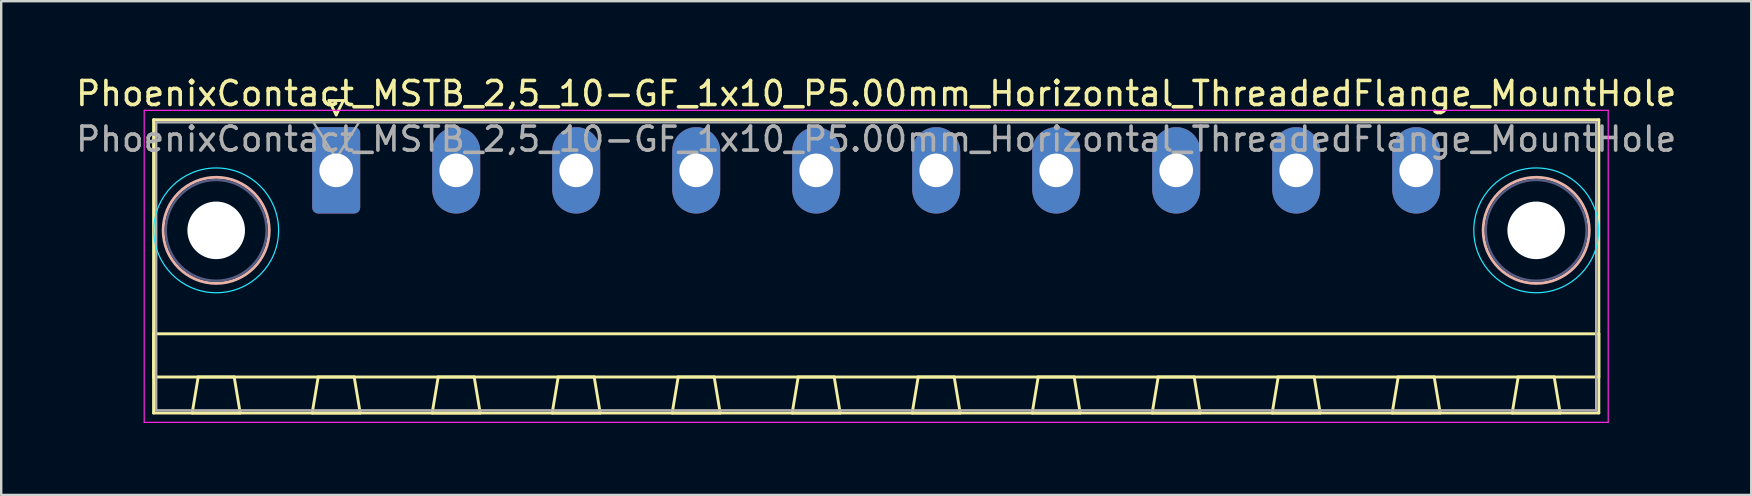
<source format=kicad_pcb>
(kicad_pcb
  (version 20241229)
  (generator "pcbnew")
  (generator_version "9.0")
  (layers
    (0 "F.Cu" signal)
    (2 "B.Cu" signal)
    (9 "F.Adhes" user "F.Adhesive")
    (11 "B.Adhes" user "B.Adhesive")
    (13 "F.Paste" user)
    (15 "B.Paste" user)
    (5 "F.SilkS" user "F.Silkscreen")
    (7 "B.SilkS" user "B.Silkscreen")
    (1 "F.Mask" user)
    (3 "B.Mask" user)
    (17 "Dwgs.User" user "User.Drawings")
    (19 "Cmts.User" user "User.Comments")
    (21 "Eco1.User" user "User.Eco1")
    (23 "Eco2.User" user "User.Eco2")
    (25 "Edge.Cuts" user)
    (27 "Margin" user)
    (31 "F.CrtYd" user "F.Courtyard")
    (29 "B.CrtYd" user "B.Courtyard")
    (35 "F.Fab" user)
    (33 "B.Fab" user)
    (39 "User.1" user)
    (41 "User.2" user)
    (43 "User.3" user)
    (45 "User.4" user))
  (footprint "PhoenixContact_MSTB_2,5_10-GF_1x10_P5.00mm_Horizontal_ThreadedFlange_MountHole"
    (layer "F.Cu")
    (at 10.958 4.048)
    (property "Reference" "PhoenixContact_MSTB_2,5_10-GF_1x10_P5.00mm_Horizontal_ThreadedFlange_MountHole" (at 22.5 -3.2 0) (layer "F.SilkS") (effects (font (size 1 1) (thickness 0.15))))
    (attr through_hole)
    (fp_line (start -7.61 -2.11) (end -7.61 10.11) (stroke (width 0.12) (type solid)) (layer "F.SilkS"))
    (fp_line (start -7.61 6.81) (end 52.61 6.81) (stroke (width 0.12) (type solid)) (layer "F.SilkS"))
    (fp_line (start -7.61 8.61) (end -7.61 6.81) (stroke (width 0.12) (type solid)) (layer "F.SilkS"))
    (fp_line (start -7.61 10.11) (end 52.61 10.11) (stroke (width 0.12) (type solid)) (layer "F.SilkS"))
    (fp_line (start -6 10.11) (end -4 10.11) (stroke (width 0.12) (type solid)) (layer "F.SilkS"))
    (fp_line (start -5.75 8.61) (end -6 10.11) (stroke (width 0.12) (type solid)) (layer "F.SilkS"))
    (fp_line (start -4.25 8.61) (end -5.75 8.61) (stroke (width 0.12) (type solid)) (layer "F.SilkS"))
    (fp_line (start -4 10.11) (end -4.25 8.61) (stroke (width 0.12) (type solid)) (layer "F.SilkS"))
    (fp_line (start -1 10.11) (end 1 10.11) (stroke (width 0.12) (type solid)) (layer "F.SilkS"))
    (fp_line (start -0.75 8.61) (end -1 10.11) (stroke (width 0.12) (type solid)) (layer "F.SilkS"))
    (fp_line (start -0.3 -2.91) (end 0.3 -2.91) (stroke (width 0.12) (type solid)) (layer "F.SilkS"))
    (fp_line (start 0 -2.31) (end -0.3 -2.91) (stroke (width 0.12) (type solid)) (layer "F.SilkS"))
    (fp_line (start 0.3 -2.91) (end 0 -2.31) (stroke (width 0.12) (type solid)) (layer "F.SilkS"))
    (fp_line (start 0.75 8.61) (end -0.75 8.61) (stroke (width 0.12) (type solid)) (layer "F.SilkS"))
    (fp_line (start 1 10.11) (end 0.75 8.61) (stroke (width 0.12) (type solid)) (layer "F.SilkS"))
    (fp_line (start 4 10.11) (end 6 10.11) (stroke (width 0.12) (type solid)) (layer "F.SilkS"))
    (fp_line (start 4.25 8.61) (end 4 10.11) (stroke (width 0.12) (type solid)) (layer "F.SilkS"))
    (fp_line (start 5.75 8.61) (end 4.25 8.61) (stroke (width 0.12) (type solid)) (layer "F.SilkS"))
    (fp_line (start 6 10.11) (end 5.75 8.61) (stroke (width 0.12) (type solid)) (layer "F.SilkS"))
    (fp_line (start 9 10.11) (end 11 10.11) (stroke (width 0.12) (type solid)) (layer "F.SilkS"))
    (fp_line (start 9.25 8.61) (end 9 10.11) (stroke (width 0.12) (type solid)) (layer "F.SilkS"))
    (fp_line (start 10.75 8.61) (end 9.25 8.61) (stroke (width 0.12) (type solid)) (layer "F.SilkS"))
    (fp_line (start 11 10.11) (end 10.75 8.61) (stroke (width 0.12) (type solid)) (layer "F.SilkS"))
    (fp_line (start 14 10.11) (end 16 10.11) (stroke (width 0.12) (type solid)) (layer "F.SilkS"))
    (fp_line (start 14.25 8.61) (end 14 10.11) (stroke (width 0.12) (type solid)) (layer "F.SilkS"))
    (fp_line (start 15.75 8.61) (end 14.25 8.61) (stroke (width 0.12) (type solid)) (layer "F.SilkS"))
    (fp_line (start 16 10.11) (end 15.75 8.61) (stroke (width 0.12) (type solid)) (layer "F.SilkS"))
    (fp_line (start 19 10.11) (end 21 10.11) (stroke (width 0.12) (type solid)) (layer "F.SilkS"))
    (fp_line (start 19.25 8.61) (end 19 10.11) (stroke (width 0.12) (type solid)) (layer "F.SilkS"))
    (fp_line (start 20.75 8.61) (end 19.25 8.61) (stroke (width 0.12) (type solid)) (layer "F.SilkS"))
    (fp_line (start 21 10.11) (end 20.75 8.61) (stroke (width 0.12) (type solid)) (layer "F.SilkS"))
    (fp_line (start 24 10.11) (end 26 10.11) (stroke (width 0.12) (type solid)) (layer "F.SilkS"))
    (fp_line (start 24.25 8.61) (end 24 10.11) (stroke (width 0.12) (type solid)) (layer "F.SilkS"))
    (fp_line (start 25.75 8.61) (end 24.25 8.61) (stroke (width 0.12) (type solid)) (layer "F.SilkS"))
    (fp_line (start 26 10.11) (end 25.75 8.61) (stroke (width 0.12) (type solid)) (layer "F.SilkS"))
    (fp_line (start 29 10.11) (end 31 10.11) (stroke (width 0.12) (type solid)) (layer "F.SilkS"))
    (fp_line (start 29.25 8.61) (end 29 10.11) (stroke (width 0.12) (type solid)) (layer "F.SilkS"))
    (fp_line (start 30.75 8.61) (end 29.25 8.61) (stroke (width 0.12) (type solid)) (layer "F.SilkS"))
    (fp_line (start 31 10.11) (end 30.75 8.61) (stroke (width 0.12) (type solid)) (layer "F.SilkS"))
    (fp_line (start 34 10.11) (end 36 10.11) (stroke (width 0.12) (type solid)) (layer "F.SilkS"))
    (fp_line (start 34.25 8.61) (end 34 10.11) (stroke (width 0.12) (type solid)) (layer "F.SilkS"))
    (fp_line (start 35.75 8.61) (end 34.25 8.61) (stroke (width 0.12) (type solid)) (layer "F.SilkS"))
    (fp_line (start 36 10.11) (end 35.75 8.61) (stroke (width 0.12) (type solid)) (layer "F.SilkS"))
    (fp_line (start 39 10.11) (end 41 10.11) (stroke (width 0.12) (type solid)) (layer "F.SilkS"))
    (fp_line (start 39.25 8.61) (end 39 10.11) (stroke (width 0.12) (type solid)) (layer "F.SilkS"))
    (fp_line (start 40.75 8.61) (end 39.25 8.61) (stroke (width 0.12) (type solid)) (layer "F.SilkS"))
    (fp_line (start 41 10.11) (end 40.75 8.61) (stroke (width 0.12) (type solid)) (layer "F.SilkS"))
    (fp_line (start 44 10.11) (end 46 10.11) (stroke (width 0.12) (type solid)) (layer "F.SilkS"))
    (fp_line (start 44.25 8.61) (end 44 10.11) (stroke (width 0.12) (type solid)) (layer "F.SilkS"))
    (fp_line (start 45.75 8.61) (end 44.25 8.61) (stroke (width 0.12) (type solid)) (layer "F.SilkS"))
    (fp_line (start 46 10.11) (end 45.75 8.61) (stroke (width 0.12) (type solid)) (layer "F.SilkS"))
    (fp_line (start 49 10.11) (end 51 10.11) (stroke (width 0.12) (type solid)) (layer "F.SilkS"))
    (fp_line (start 49.25 8.61) (end 49 10.11) (stroke (width 0.12) (type solid)) (layer "F.SilkS"))
    (fp_line (start 50.75 8.61) (end 49.25 8.61) (stroke (width 0.12) (type solid)) (layer "F.SilkS"))
    (fp_line (start 51 10.11) (end 50.75 8.61) (stroke (width 0.12) (type solid)) (layer "F.SilkS"))
    (fp_line (start 52.61 -2.11) (end -7.61 -2.11) (stroke (width 0.12) (type solid)) (layer "F.SilkS"))
    (fp_line (start 52.61 6.81) (end 52.61 8.61) (stroke (width 0.12) (type solid)) (layer "F.SilkS"))
    (fp_line (start 52.61 8.61) (end -7.61 8.61) (stroke (width 0.12) (type solid)) (layer "F.SilkS"))
    (fp_line (start 52.61 10.11) (end 52.61 -2.11) (stroke (width 0.12) (type solid)) (layer "F.SilkS"))
    (fp_circle (center -5 2.5) (end -2.79 2.5) (stroke (width 0.12) (type solid)) (fill no) (layer "B.SilkS"))
    (fp_circle (center 50 2.5) (end 52.21 2.5) (stroke (width 0.12) (type solid)) (fill no) (layer "B.SilkS"))
    (fp_circle (center -5 2.5) (end -2.4 2.5) (stroke (width 0.05) (type solid)) (fill no) (layer "B.CrtYd"))
    (fp_circle (center 50 2.5) (end 52.6 2.5) (stroke (width 0.05) (type solid)) (fill no) (layer "B.CrtYd"))
    (fp_line (start -8 -2.5) (end -8 10.5) (stroke (width 0.05) (type solid)) (layer "F.CrtYd"))
    (fp_line (start -8 10.5) (end 53 10.5) (stroke (width 0.05) (type solid)) (layer "F.CrtYd"))
    (fp_line (start 53 -2.5) (end -8 -2.5) (stroke (width 0.05) (type solid)) (layer "F.CrtYd"))
    (fp_line (start 53 10.5) (end 53 -2.5) (stroke (width 0.05) (type solid)) (layer "F.CrtYd"))
    (fp_circle (center -5 2.5) (end -2.9 2.5) (stroke (width 0.1) (type solid)) (fill no) (layer "B.Fab"))
    (fp_circle (center 50 2.5) (end 52.1 2.5) (stroke (width 0.1) (type solid)) (fill no) (layer "B.Fab"))
    (fp_line (start -7.5 -2) (end -7.5 10) (stroke (width 0.1) (type solid)) (layer "F.Fab"))
    (fp_line (start -7.5 10) (end 52.5 10) (stroke (width 0.1) (type solid)) (layer "F.Fab"))
    (fp_line (start 0 -0.5) (end -0.95 -2) (stroke (width 0.1) (type solid)) (layer "F.Fab"))
    (fp_line (start 0.95 -2) (end 0 -0.5) (stroke (width 0.1) (type solid)) (layer "F.Fab"))
    (fp_line (start 52.5 -2) (end -7.5 -2) (stroke (width 0.1) (type solid)) (layer "F.Fab"))
    (fp_line (start 52.5 10) (end 52.5 -2) (stroke (width 0.1) (type solid)) (layer "F.Fab"))
    (fp_text user "${REFERENCE}" (at 22.5 -1.3 0) (layer "F.Fab") (effects (font (size 1 1) (thickness 0.15))))
    (pad "" np_thru_hole circle (at -5 2.5) (size 2.4 2.4) (drill 2.4) (layers "*.Cu" "*.Mask"))
    (pad "" np_thru_hole circle (at 50 2.5) (size 2.4 2.4) (drill 2.4) (layers "*.Cu" "*.Mask"))
    (pad "1" thru_hole roundrect (at 0 0) (size 2 3.6) (drill 1.4) (layers "*.Cu" "*.Mask") (roundrect_rratio 0.125))
    (pad "2" thru_hole oval (at 5 0) (size 2 3.6) (drill 1.4) (layers "*.Cu" "*.Mask"))
    (pad "3" thru_hole oval (at 10 0) (size 2 3.6) (drill 1.4) (layers "*.Cu" "*.Mask"))
    (pad "4" thru_hole oval (at 15 0) (size 2 3.6) (drill 1.4) (layers "*.Cu" "*.Mask"))
    (pad "5" thru_hole oval (at 20 0) (size 2 3.6) (drill 1.4) (layers "*.Cu" "*.Mask"))
    (pad "6" thru_hole oval (at 25 0) (size 2 3.6) (drill 1.4) (layers "*.Cu" "*.Mask"))
    (pad "7" thru_hole oval (at 30 0) (size 2 3.6) (drill 1.4) (layers "*.Cu" "*.Mask"))
    (pad "8" thru_hole oval (at 35 0) (size 2 3.6) (drill 1.4) (layers "*.Cu" "*.Mask"))
    (pad "9" thru_hole oval (at 40 0) (size 2 3.6) (drill 1.4) (layers "*.Cu" "*.Mask"))
    (pad "10" thru_hole oval (at 45 0) (size 2 3.6) (drill 1.4) (layers "*.Cu" "*.Mask")))
  (gr_rect
    (start -3 -3)
    (end 69.917 17.573)
    (stroke (width 0.1) (type default))
    (fill no)
    (layer "Edge.Cuts")))
</source>
